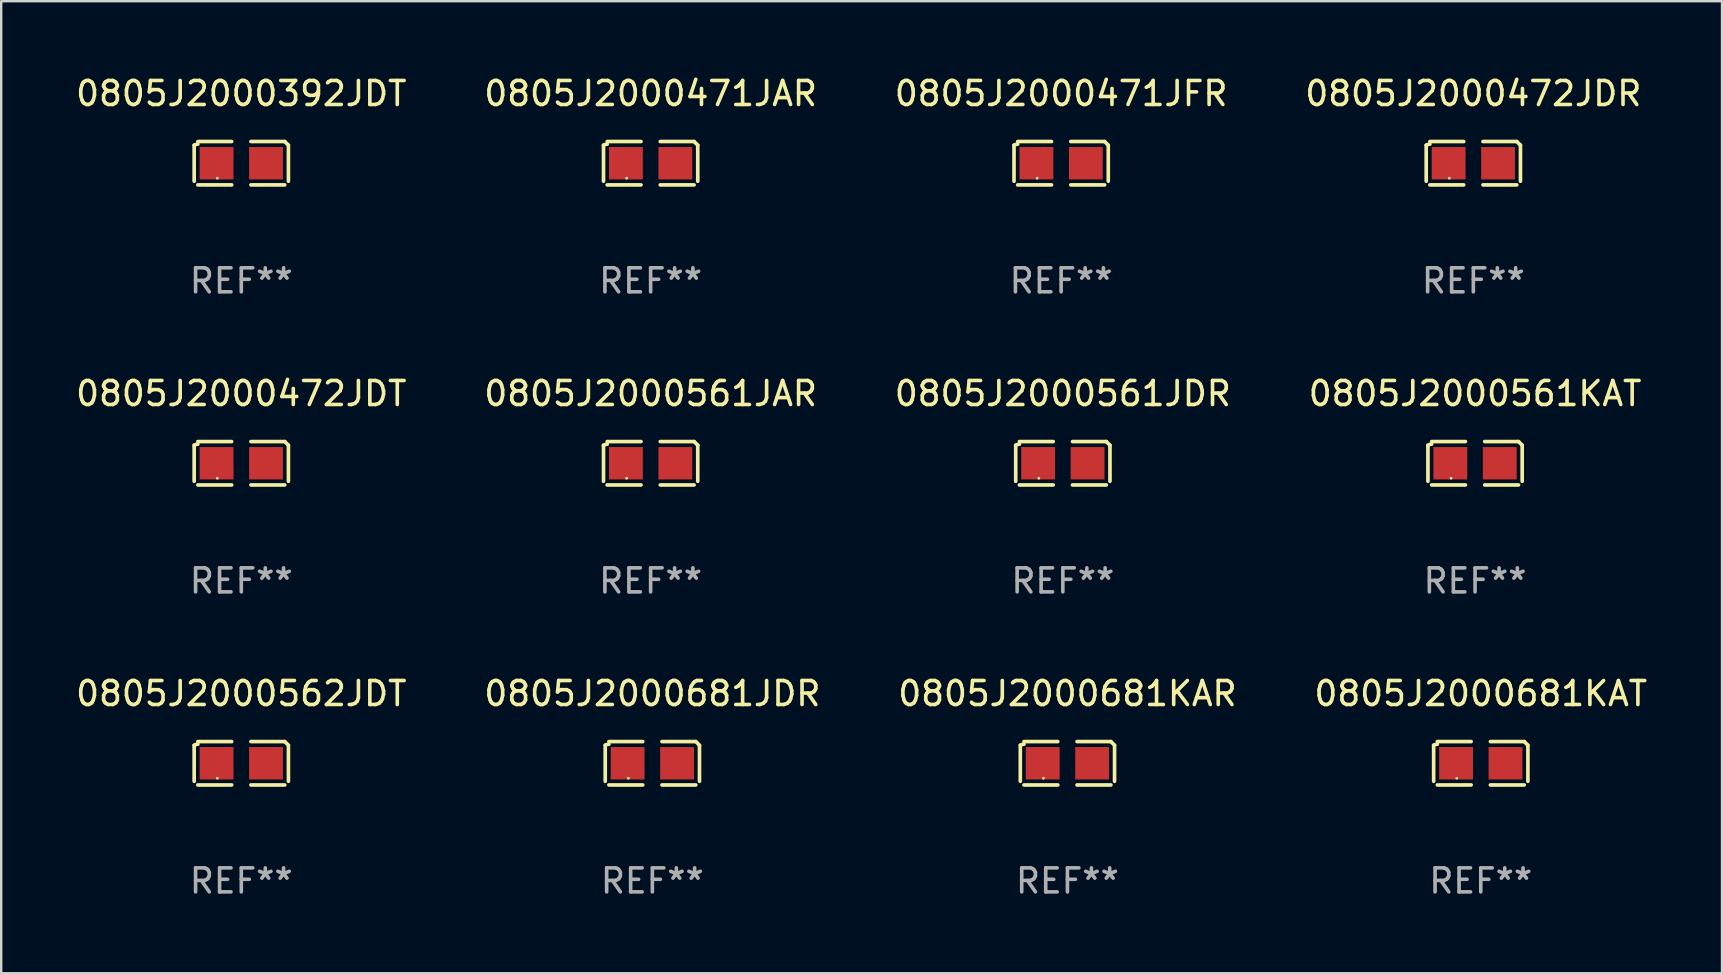
<source format=kicad_pcb>
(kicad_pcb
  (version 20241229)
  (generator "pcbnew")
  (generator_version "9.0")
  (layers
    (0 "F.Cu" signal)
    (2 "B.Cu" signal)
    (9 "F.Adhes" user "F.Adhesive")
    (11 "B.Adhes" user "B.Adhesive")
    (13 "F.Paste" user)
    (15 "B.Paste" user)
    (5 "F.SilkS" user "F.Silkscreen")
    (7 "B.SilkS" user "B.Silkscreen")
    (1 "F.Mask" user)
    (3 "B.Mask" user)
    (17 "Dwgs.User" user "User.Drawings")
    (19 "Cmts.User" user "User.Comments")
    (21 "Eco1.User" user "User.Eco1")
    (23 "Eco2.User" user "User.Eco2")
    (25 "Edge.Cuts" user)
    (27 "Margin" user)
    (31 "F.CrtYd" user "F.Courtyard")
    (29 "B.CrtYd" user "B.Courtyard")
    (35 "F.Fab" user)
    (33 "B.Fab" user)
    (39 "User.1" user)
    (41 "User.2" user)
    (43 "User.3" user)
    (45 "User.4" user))
  (footprint "0805J2000472JDR"
    (layer "F.Cu")
    (at 58.351 3.752)
    (property "Reference" "0805J2000472JDR" (at 0 -2.904 0) (layer "F.SilkS") (effects (font (size 1 1) (thickness 0.15))))
    (attr through_hole)
    (fp_line (start -1.964 0.751) (end -1.964 -0.751) (stroke (width 0.152) (type solid)) (layer "F.SilkS"))
    (fp_line (start -1.811 -0.904) (end -0.401 -0.904) (stroke (width 0.152) (type solid)) (layer "F.SilkS"))
    (fp_line (start -0.401 0.904) (end -1.811 0.904) (stroke (width 0.152) (type solid)) (layer "F.SilkS"))
    (fp_line (start 0.401 0.904) (end 1.811 0.904) (stroke (width 0.152) (type solid)) (layer "F.SilkS"))
    (fp_line (start 1.811 -0.904) (end 0.401 -0.904) (stroke (width 0.152) (type solid)) (layer "F.SilkS"))
    (fp_line (start 1.964 0.751) (end 1.964 -0.751) (stroke (width 0.152) (type solid)) (layer "F.SilkS"))
    (fp_arc (start -1.963602 -0.751207) (mid -1.890354 -0.783131) (end -1.811201 -0.794044) (stroke (width 0.1524) (type solid)) (layer "F.SilkS"))
    (fp_arc (start 1.811202 -0.903607) (mid 1.887413 -0.827418) (end 1.963602 -0.751207) (stroke (width 0.1524) (type solid)) (layer "F.SilkS"))
    (fp_circle (center -1 0.625) (end -0.97 0.625) (stroke (width 0.06) (type solid)) (fill no) (layer "F.SilkS"))
    (fp_text user "REF**" (at 0 4.904 0) (layer "F.Fab") (effects (font (size 1 1) (thickness 0.15))))
    (pad "1" smd rect (at -1.03 0) (size 1.41 1.35) (layers "F.Cu" "F.Mask" "F.Paste"))
    (pad "2" smd rect (at 1.03 0) (size 1.41 1.35) (layers "F.Cu" "F.Mask" "F.Paste")))
  (footprint "0805J2000681KAR"
    (layer "F.Cu")
    (at 41.435 28.759)
    (property "Reference" "0805J2000681KAR" (at 0 -2.904 0) (layer "F.SilkS") (effects (font (size 1 1) (thickness 0.15))))
    (attr through_hole)
    (fp_line (start -1.964 0.751) (end -1.964 -0.751) (stroke (width 0.152) (type solid)) (layer "F.SilkS"))
    (fp_line (start -1.811 -0.904) (end -0.401 -0.904) (stroke (width 0.152) (type solid)) (layer "F.SilkS"))
    (fp_line (start -0.401 0.904) (end -1.811 0.904) (stroke (width 0.152) (type solid)) (layer "F.SilkS"))
    (fp_line (start 0.401 0.904) (end 1.811 0.904) (stroke (width 0.152) (type solid)) (layer "F.SilkS"))
    (fp_line (start 1.811 -0.904) (end 0.401 -0.904) (stroke (width 0.152) (type solid)) (layer "F.SilkS"))
    (fp_line (start 1.964 0.751) (end 1.964 -0.751) (stroke (width 0.152) (type solid)) (layer "F.SilkS"))
    (fp_arc (start -1.963602 -0.751207) (mid -1.890354 -0.783131) (end -1.811201 -0.794044) (stroke (width 0.1524) (type solid)) (layer "F.SilkS"))
    (fp_arc (start 1.811202 -0.903607) (mid 1.887413 -0.827418) (end 1.963602 -0.751207) (stroke (width 0.1524) (type solid)) (layer "F.SilkS"))
    (fp_circle (center -1 0.625) (end -0.97 0.625) (stroke (width 0.06) (type solid)) (fill no) (layer "F.SilkS"))
    (fp_text user "REF**" (at 0 4.904 0) (layer "F.Fab") (effects (font (size 1 1) (thickness 0.15))))
    (pad "1" smd rect (at -1.03 0) (size 1.41 1.35) (layers "F.Cu" "F.Mask" "F.Paste"))
    (pad "2" smd rect (at 1.03 0) (size 1.41 1.35) (layers "F.Cu" "F.Mask" "F.Paste")))
  (footprint "0805J2000471JFR"
    (layer "F.Cu")
    (at 41.173 3.752)
    (property "Reference" "0805J2000471JFR" (at 0 -2.904 0) (layer "F.SilkS") (effects (font (size 1 1) (thickness 0.15))))
    (attr through_hole)
    (fp_line (start -1.964 0.751) (end -1.964 -0.751) (stroke (width 0.152) (type solid)) (layer "F.SilkS"))
    (fp_line (start -1.811 -0.904) (end -0.401 -0.904) (stroke (width 0.152) (type solid)) (layer "F.SilkS"))
    (fp_line (start -0.401 0.904) (end -1.811 0.904) (stroke (width 0.152) (type solid)) (layer "F.SilkS"))
    (fp_line (start 0.401 0.904) (end 1.811 0.904) (stroke (width 0.152) (type solid)) (layer "F.SilkS"))
    (fp_line (start 1.811 -0.904) (end 0.401 -0.904) (stroke (width 0.152) (type solid)) (layer "F.SilkS"))
    (fp_line (start 1.964 0.751) (end 1.964 -0.751) (stroke (width 0.152) (type solid)) (layer "F.SilkS"))
    (fp_arc (start -1.963602 -0.751207) (mid -1.890354 -0.783131) (end -1.811201 -0.794044) (stroke (width 0.1524) (type solid)) (layer "F.SilkS"))
    (fp_arc (start 1.811202 -0.903607) (mid 1.887413 -0.827418) (end 1.963602 -0.751207) (stroke (width 0.1524) (type solid)) (layer "F.SilkS"))
    (fp_circle (center -1 0.625) (end -0.97 0.625) (stroke (width 0.06) (type solid)) (fill no) (layer "F.SilkS"))
    (fp_text user "REF**" (at 0 4.904 0) (layer "F.Fab") (effects (font (size 1 1) (thickness 0.15))))
    (pad "1" smd rect (at -1.03 0) (size 1.41 1.35) (layers "F.Cu" "F.Mask" "F.Paste"))
    (pad "2" smd rect (at 1.03 0) (size 1.41 1.35) (layers "F.Cu" "F.Mask" "F.Paste")))
  (footprint "0805J2000392JDT"
    (layer "F.Cu")
    (at 7.006 3.752)
    (property "Reference" "0805J2000392JDT" (at 0 -2.904 0) (layer "F.SilkS") (effects (font (size 1 1) (thickness 0.15))))
    (attr through_hole)
    (fp_line (start -1.964 0.751) (end -1.964 -0.751) (stroke (width 0.152) (type solid)) (layer "F.SilkS"))
    (fp_line (start -1.811 -0.904) (end -0.401 -0.904) (stroke (width 0.152) (type solid)) (layer "F.SilkS"))
    (fp_line (start -0.401 0.904) (end -1.811 0.904) (stroke (width 0.152) (type solid)) (layer "F.SilkS"))
    (fp_line (start 0.401 0.904) (end 1.811 0.904) (stroke (width 0.152) (type solid)) (layer "F.SilkS"))
    (fp_line (start 1.811 -0.904) (end 0.401 -0.904) (stroke (width 0.152) (type solid)) (layer "F.SilkS"))
    (fp_line (start 1.964 0.751) (end 1.964 -0.751) (stroke (width 0.152) (type solid)) (layer "F.SilkS"))
    (fp_arc (start -1.963602 -0.751207) (mid -1.890354 -0.783131) (end -1.811201 -0.794044) (stroke (width 0.1524) (type solid)) (layer "F.SilkS"))
    (fp_arc (start 1.811202 -0.903607) (mid 1.887413 -0.827418) (end 1.963602 -0.751207) (stroke (width 0.1524) (type solid)) (layer "F.SilkS"))
    (fp_circle (center -1 0.625) (end -0.97 0.625) (stroke (width 0.06) (type solid)) (fill no) (layer "F.SilkS"))
    (fp_text user "REF**" (at 0 4.904 0) (layer "F.Fab") (effects (font (size 1 1) (thickness 0.15))))
    (pad "1" smd rect (at -1.03 0) (size 1.41 1.35) (layers "F.Cu" "F.Mask" "F.Paste"))
    (pad "2" smd rect (at 1.03 0) (size 1.41 1.35) (layers "F.Cu" "F.Mask" "F.Paste")))
  (footprint "0805J2000562JDT"
    (layer "F.Cu")
    (at 7.006 28.759)
    (property "Reference" "0805J2000562JDT" (at 0 -2.904 0) (layer "F.SilkS") (effects (font (size 1 1) (thickness 0.15))))
    (attr through_hole)
    (fp_line (start -1.964 0.751) (end -1.964 -0.751) (stroke (width 0.152) (type solid)) (layer "F.SilkS"))
    (fp_line (start -1.811 -0.904) (end -0.401 -0.904) (stroke (width 0.152) (type solid)) (layer "F.SilkS"))
    (fp_line (start -0.401 0.904) (end -1.811 0.904) (stroke (width 0.152) (type solid)) (layer "F.SilkS"))
    (fp_line (start 0.401 0.904) (end 1.811 0.904) (stroke (width 0.152) (type solid)) (layer "F.SilkS"))
    (fp_line (start 1.811 -0.904) (end 0.401 -0.904) (stroke (width 0.152) (type solid)) (layer "F.SilkS"))
    (fp_line (start 1.964 0.751) (end 1.964 -0.751) (stroke (width 0.152) (type solid)) (layer "F.SilkS"))
    (fp_arc (start -1.963602 -0.751207) (mid -1.890354 -0.783131) (end -1.811201 -0.794044) (stroke (width 0.1524) (type solid)) (layer "F.SilkS"))
    (fp_arc (start 1.811202 -0.903607) (mid 1.887413 -0.827418) (end 1.963602 -0.751207) (stroke (width 0.1524) (type solid)) (layer "F.SilkS"))
    (fp_circle (center -1 0.625) (end -0.97 0.625) (stroke (width 0.06) (type solid)) (fill no) (layer "F.SilkS"))
    (fp_text user "REF**" (at 0 4.904 0) (layer "F.Fab") (effects (font (size 1 1) (thickness 0.15))))
    (pad "1" smd rect (at -1.03 0) (size 1.41 1.35) (layers "F.Cu" "F.Mask" "F.Paste"))
    (pad "2" smd rect (at 1.03 0) (size 1.41 1.35) (layers "F.Cu" "F.Mask" "F.Paste")))
  (footprint "0805J2000561JDR"
    (layer "F.Cu")
    (at 41.244 16.256)
    (property "Reference" "0805J2000561JDR" (at 0 -2.904 0) (layer "F.SilkS") (effects (font (size 1 1) (thickness 0.15))))
    (attr through_hole)
    (fp_line (start -1.964 0.751) (end -1.964 -0.751) (stroke (width 0.152) (type solid)) (layer "F.SilkS"))
    (fp_line (start -1.811 -0.904) (end -0.401 -0.904) (stroke (width 0.152) (type solid)) (layer "F.SilkS"))
    (fp_line (start -0.401 0.904) (end -1.811 0.904) (stroke (width 0.152) (type solid)) (layer "F.SilkS"))
    (fp_line (start 0.401 0.904) (end 1.811 0.904) (stroke (width 0.152) (type solid)) (layer "F.SilkS"))
    (fp_line (start 1.811 -0.904) (end 0.401 -0.904) (stroke (width 0.152) (type solid)) (layer "F.SilkS"))
    (fp_line (start 1.964 0.751) (end 1.964 -0.751) (stroke (width 0.152) (type solid)) (layer "F.SilkS"))
    (fp_arc (start -1.963602 -0.751207) (mid -1.890354 -0.783131) (end -1.811201 -0.794044) (stroke (width 0.1524) (type solid)) (layer "F.SilkS"))
    (fp_arc (start 1.811202 -0.903607) (mid 1.887413 -0.827418) (end 1.963602 -0.751207) (stroke (width 0.1524) (type solid)) (layer "F.SilkS"))
    (fp_circle (center -1 0.625) (end -0.97 0.625) (stroke (width 0.06) (type solid)) (fill no) (layer "F.SilkS"))
    (fp_text user "REF**" (at 0 4.904 0) (layer "F.Fab") (effects (font (size 1 1) (thickness 0.15))))
    (pad "1" smd rect (at -1.03 0) (size 1.41 1.35) (layers "F.Cu" "F.Mask" "F.Paste"))
    (pad "2" smd rect (at 1.03 0) (size 1.41 1.35) (layers "F.Cu" "F.Mask" "F.Paste")))
  (footprint "0805J2000471JAR"
    (layer "F.Cu")
    (at 24.065 3.752)
    (property "Reference" "0805J2000471JAR" (at 0 -2.904 0) (layer "F.SilkS") (effects (font (size 1 1) (thickness 0.15))))
    (attr through_hole)
    (fp_line (start -1.964 0.751) (end -1.964 -0.751) (stroke (width 0.152) (type solid)) (layer "F.SilkS"))
    (fp_line (start -1.811 -0.904) (end -0.401 -0.904) (stroke (width 0.152) (type solid)) (layer "F.SilkS"))
    (fp_line (start -0.401 0.904) (end -1.811 0.904) (stroke (width 0.152) (type solid)) (layer "F.SilkS"))
    (fp_line (start 0.401 0.904) (end 1.811 0.904) (stroke (width 0.152) (type solid)) (layer "F.SilkS"))
    (fp_line (start 1.811 -0.904) (end 0.401 -0.904) (stroke (width 0.152) (type solid)) (layer "F.SilkS"))
    (fp_line (start 1.964 0.751) (end 1.964 -0.751) (stroke (width 0.152) (type solid)) (layer "F.SilkS"))
    (fp_arc (start -1.963602 -0.751207) (mid -1.890354 -0.783131) (end -1.811201 -0.794044) (stroke (width 0.1524) (type solid)) (layer "F.SilkS"))
    (fp_arc (start 1.811202 -0.903607) (mid 1.887413 -0.827418) (end 1.963602 -0.751207) (stroke (width 0.1524) (type solid)) (layer "F.SilkS"))
    (fp_circle (center -1 0.625) (end -0.97 0.625) (stroke (width 0.06) (type solid)) (fill no) (layer "F.SilkS"))
    (fp_text user "REF**" (at 0 4.904 0) (layer "F.Fab") (effects (font (size 1 1) (thickness 0.15))))
    (pad "1" smd rect (at -1.03 0) (size 1.41 1.35) (layers "F.Cu" "F.Mask" "F.Paste"))
    (pad "2" smd rect (at 1.03 0) (size 1.41 1.35) (layers "F.Cu" "F.Mask" "F.Paste")))
  (footprint "0805J2000681KAT"
    (layer "F.Cu")
    (at 58.661 28.759)
    (property "Reference" "0805J2000681KAT" (at 0 -2.904 0) (layer "F.SilkS") (effects (font (size 1 1) (thickness 0.15))))
    (attr through_hole)
    (fp_line (start -1.964 0.751) (end -1.964 -0.751) (stroke (width 0.152) (type solid)) (layer "F.SilkS"))
    (fp_line (start -1.811 -0.904) (end -0.401 -0.904) (stroke (width 0.152) (type solid)) (layer "F.SilkS"))
    (fp_line (start -0.401 0.904) (end -1.811 0.904) (stroke (width 0.152) (type solid)) (layer "F.SilkS"))
    (fp_line (start 0.401 0.904) (end 1.811 0.904) (stroke (width 0.152) (type solid)) (layer "F.SilkS"))
    (fp_line (start 1.811 -0.904) (end 0.401 -0.904) (stroke (width 0.152) (type solid)) (layer "F.SilkS"))
    (fp_line (start 1.964 0.751) (end 1.964 -0.751) (stroke (width 0.152) (type solid)) (layer "F.SilkS"))
    (fp_arc (start -1.963602 -0.751207) (mid -1.890354 -0.783131) (end -1.811201 -0.794044) (stroke (width 0.1524) (type solid)) (layer "F.SilkS"))
    (fp_arc (start 1.811202 -0.903607) (mid 1.887413 -0.827418) (end 1.963602 -0.751207) (stroke (width 0.1524) (type solid)) (layer "F.SilkS"))
    (fp_circle (center -1 0.625) (end -0.97 0.625) (stroke (width 0.06) (type solid)) (fill no) (layer "F.SilkS"))
    (fp_text user "REF**" (at 0 4.904 0) (layer "F.Fab") (effects (font (size 1 1) (thickness 0.15))))
    (pad "1" smd rect (at -1.03 0) (size 1.41 1.35) (layers "F.Cu" "F.Mask" "F.Paste"))
    (pad "2" smd rect (at 1.03 0) (size 1.41 1.35) (layers "F.Cu" "F.Mask" "F.Paste")))
  (footprint "0805J2000472JDT"
    (layer "F.Cu")
    (at 7.006 16.256)
    (property "Reference" "0805J2000472JDT" (at 0 -2.904 0) (layer "F.SilkS") (effects (font (size 1 1) (thickness 0.15))))
    (attr through_hole)
    (fp_line (start -1.964 0.751) (end -1.964 -0.751) (stroke (width 0.152) (type solid)) (layer "F.SilkS"))
    (fp_line (start -1.811 -0.904) (end -0.401 -0.904) (stroke (width 0.152) (type solid)) (layer "F.SilkS"))
    (fp_line (start -0.401 0.904) (end -1.811 0.904) (stroke (width 0.152) (type solid)) (layer "F.SilkS"))
    (fp_line (start 0.401 0.904) (end 1.811 0.904) (stroke (width 0.152) (type solid)) (layer "F.SilkS"))
    (fp_line (start 1.811 -0.904) (end 0.401 -0.904) (stroke (width 0.152) (type solid)) (layer "F.SilkS"))
    (fp_line (start 1.964 0.751) (end 1.964 -0.751) (stroke (width 0.152) (type solid)) (layer "F.SilkS"))
    (fp_arc (start -1.963602 -0.751207) (mid -1.890354 -0.783131) (end -1.811201 -0.794044) (stroke (width 0.1524) (type solid)) (layer "F.SilkS"))
    (fp_arc (start 1.811202 -0.903607) (mid 1.887413 -0.827418) (end 1.963602 -0.751207) (stroke (width 0.1524) (type solid)) (layer "F.SilkS"))
    (fp_circle (center -1 0.625) (end -0.97 0.625) (stroke (width 0.06) (type solid)) (fill no) (layer "F.SilkS"))
    (fp_text user "REF**" (at 0 4.904 0) (layer "F.Fab") (effects (font (size 1 1) (thickness 0.15))))
    (pad "1" smd rect (at -1.03 0) (size 1.41 1.35) (layers "F.Cu" "F.Mask" "F.Paste"))
    (pad "2" smd rect (at 1.03 0) (size 1.41 1.35) (layers "F.Cu" "F.Mask" "F.Paste")))
  (footprint "0805J2000561KAT"
    (layer "F.Cu")
    (at 58.423 16.256)
    (property "Reference" "0805J2000561KAT" (at 0 -2.904 0) (layer "F.SilkS") (effects (font (size 1 1) (thickness 0.15))))
    (attr through_hole)
    (fp_line (start -1.964 0.751) (end -1.964 -0.751) (stroke (width 0.152) (type solid)) (layer "F.SilkS"))
    (fp_line (start -1.811 -0.904) (end -0.401 -0.904) (stroke (width 0.152) (type solid)) (layer "F.SilkS"))
    (fp_line (start -0.401 0.904) (end -1.811 0.904) (stroke (width 0.152) (type solid)) (layer "F.SilkS"))
    (fp_line (start 0.401 0.904) (end 1.811 0.904) (stroke (width 0.152) (type solid)) (layer "F.SilkS"))
    (fp_line (start 1.811 -0.904) (end 0.401 -0.904) (stroke (width 0.152) (type solid)) (layer "F.SilkS"))
    (fp_line (start 1.964 0.751) (end 1.964 -0.751) (stroke (width 0.152) (type solid)) (layer "F.SilkS"))
    (fp_arc (start -1.963602 -0.751207) (mid -1.890354 -0.783131) (end -1.811201 -0.794044) (stroke (width 0.1524) (type solid)) (layer "F.SilkS"))
    (fp_arc (start 1.811202 -0.903607) (mid 1.887413 -0.827418) (end 1.963602 -0.751207) (stroke (width 0.1524) (type solid)) (layer "F.SilkS"))
    (fp_circle (center -1 0.625) (end -0.97 0.625) (stroke (width 0.06) (type solid)) (fill no) (layer "F.SilkS"))
    (fp_text user "REF**" (at 0 4.904 0) (layer "F.Fab") (effects (font (size 1 1) (thickness 0.15))))
    (pad "1" smd rect (at -1.03 0) (size 1.41 1.35) (layers "F.Cu" "F.Mask" "F.Paste"))
    (pad "2" smd rect (at 1.03 0) (size 1.41 1.35) (layers "F.Cu" "F.Mask" "F.Paste")))
  (footprint "0805J2000561JAR"
    (layer "F.Cu")
    (at 24.065 16.256)
    (property "Reference" "0805J2000561JAR" (at 0 -2.904 0) (layer "F.SilkS") (effects (font (size 1 1) (thickness 0.15))))
    (attr through_hole)
    (fp_line (start -1.964 0.751) (end -1.964 -0.751) (stroke (width 0.152) (type solid)) (layer "F.SilkS"))
    (fp_line (start -1.811 -0.904) (end -0.401 -0.904) (stroke (width 0.152) (type solid)) (layer "F.SilkS"))
    (fp_line (start -0.401 0.904) (end -1.811 0.904) (stroke (width 0.152) (type solid)) (layer "F.SilkS"))
    (fp_line (start 0.401 0.904) (end 1.811 0.904) (stroke (width 0.152) (type solid)) (layer "F.SilkS"))
    (fp_line (start 1.811 -0.904) (end 0.401 -0.904) (stroke (width 0.152) (type solid)) (layer "F.SilkS"))
    (fp_line (start 1.964 0.751) (end 1.964 -0.751) (stroke (width 0.152) (type solid)) (layer "F.SilkS"))
    (fp_arc (start -1.963602 -0.751207) (mid -1.890354 -0.783131) (end -1.811201 -0.794044) (stroke (width 0.1524) (type solid)) (layer "F.SilkS"))
    (fp_arc (start 1.811202 -0.903607) (mid 1.887413 -0.827418) (end 1.963602 -0.751207) (stroke (width 0.1524) (type solid)) (layer "F.SilkS"))
    (fp_circle (center -1 0.625) (end -0.97 0.625) (stroke (width 0.06) (type solid)) (fill no) (layer "F.SilkS"))
    (fp_text user "REF**" (at 0 4.904 0) (layer "F.Fab") (effects (font (size 1 1) (thickness 0.15))))
    (pad "1" smd rect (at -1.03 0) (size 1.41 1.35) (layers "F.Cu" "F.Mask" "F.Paste"))
    (pad "2" smd rect (at 1.03 0) (size 1.41 1.35) (layers "F.Cu" "F.Mask" "F.Paste")))
  (footprint "0805J2000681JDR"
    (layer "F.Cu")
    (at 24.137 28.759)
    (property "Reference" "0805J2000681JDR" (at 0 -2.904 0) (layer "F.SilkS") (effects (font (size 1 1) (thickness 0.15))))
    (attr through_hole)
    (fp_line (start -1.964 0.751) (end -1.964 -0.751) (stroke (width 0.152) (type solid)) (layer "F.SilkS"))
    (fp_line (start -1.811 -0.904) (end -0.401 -0.904) (stroke (width 0.152) (type solid)) (layer "F.SilkS"))
    (fp_line (start -0.401 0.904) (end -1.811 0.904) (stroke (width 0.152) (type solid)) (layer "F.SilkS"))
    (fp_line (start 0.401 0.904) (end 1.811 0.904) (stroke (width 0.152) (type solid)) (layer "F.SilkS"))
    (fp_line (start 1.811 -0.904) (end 0.401 -0.904) (stroke (width 0.152) (type solid)) (layer "F.SilkS"))
    (fp_line (start 1.964 0.751) (end 1.964 -0.751) (stroke (width 0.152) (type solid)) (layer "F.SilkS"))
    (fp_arc (start -1.963602 -0.751207) (mid -1.890354 -0.783131) (end -1.811201 -0.794044) (stroke (width 0.1524) (type solid)) (layer "F.SilkS"))
    (fp_arc (start 1.811202 -0.903607) (mid 1.887413 -0.827418) (end 1.963602 -0.751207) (stroke (width 0.1524) (type solid)) (layer "F.SilkS"))
    (fp_circle (center -1 0.625) (end -0.97 0.625) (stroke (width 0.06) (type solid)) (fill no) (layer "F.SilkS"))
    (fp_text user "REF**" (at 0 4.904 0) (layer "F.Fab") (effects (font (size 1 1) (thickness 0.15))))
    (pad "1" smd rect (at -1.03 0) (size 1.41 1.35) (layers "F.Cu" "F.Mask" "F.Paste"))
    (pad "2" smd rect (at 1.03 0) (size 1.41 1.35) (layers "F.Cu" "F.Mask" "F.Paste")))
  (gr_rect
    (start -3 -3)
    (end 68.714 37.511)
    (stroke (width 0.1) (type default))
    (fill no)
    (layer "Edge.Cuts")))
</source>
